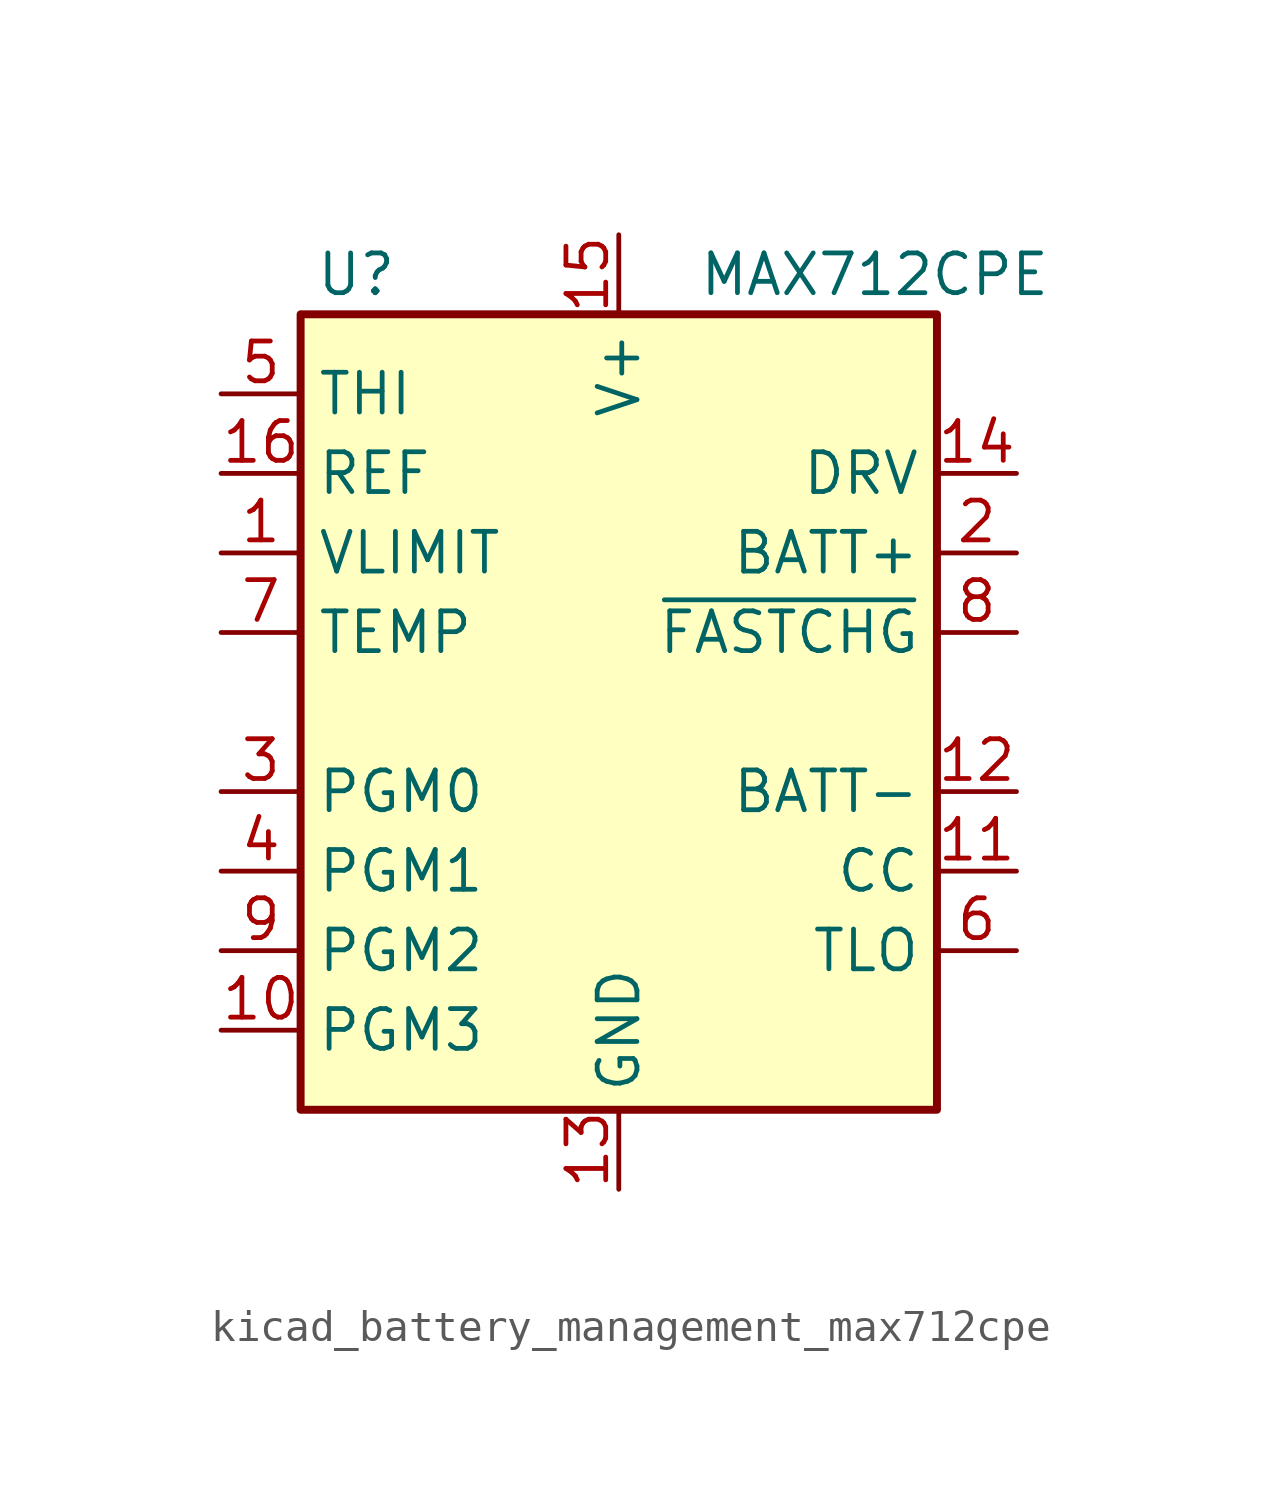
<source format=kicad_sym>
(kicad_symbol_lib
  (version 20220914)
  (generator kicad_symbol_editor)
  (symbol "kicad_battery_management_max712cpe"
    (property "Reference" "U"
      (at -8.382 13.97 0)
      (effects (font (size 1.27 1.27))))
    (property "Value" "MAX712CPE"
      (at 2.54 13.97 0)
      (effects (font (size 1.27 1.27)) (justify left)))
    (symbol "kicad_battery_management_max712cpe_0_1"
      (rectangle (start -10.16 12.7) (end 10.16 -12.7) (stroke (width 0.254) (type default)) (fill (type background))))
    (symbol "kicad_battery_management_max712cpe_1_1"
      (pin input line (at -12.7 5.08 0) (length 2.54) (name "VLIMIT" (effects (font (size 1.27 1.27)))) (number "1" (effects (font (size 1.27 1.27)))))
      (pin input line (at -12.7 -10.16 0) (length 2.54) (name "PGM3" (effects (font (size 1.27 1.27)))) (number "10" (effects (font (size 1.27 1.27)))))
      (pin input line (at 12.7 -5.08 180) (length 2.54) (name "CC" (effects (font (size 1.27 1.27)))) (number "11" (effects (font (size 1.27 1.27)))))
      (pin input line (at 12.7 -2.54 180) (length 2.54) (name "BATT-" (effects (font (size 1.27 1.27)))) (number "12" (effects (font (size 1.27 1.27)))))
      (pin power_in line (at 0 -15.24 90) (length 2.54) (name "GND" (effects (font (size 1.27 1.27)))) (number "13" (effects (font (size 1.27 1.27)))))
      (pin output line (at 12.7 7.62 180) (length 2.54) (name "DRV" (effects (font (size 1.27 1.27)))) (number "14" (effects (font (size 1.27 1.27)))))
      (pin power_in line (at 0 15.24 270) (length 2.54) (name "V+" (effects (font (size 1.27 1.27)))) (number "15" (effects (font (size 1.27 1.27)))))
      (pin power_in line (at -12.7 7.62 0) (length 2.54) (name "REF" (effects (font (size 1.27 1.27)))) (number "16" (effects (font (size 1.27 1.27)))))
      (pin input line (at 12.7 5.08 180) (length 2.54) (name "BATT+" (effects (font (size 1.27 1.27)))) (number "2" (effects (font (size 1.27 1.27)))))
      (pin input line (at -12.7 -2.54 0) (length 2.54) (name "PGM0" (effects (font (size 1.27 1.27)))) (number "3" (effects (font (size 1.27 1.27)))))
      (pin input line (at -12.7 -5.08 0) (length 2.54) (name "PGM1" (effects (font (size 1.27 1.27)))) (number "4" (effects (font (size 1.27 1.27)))))
      (pin input line (at -12.7 10.16 0) (length 2.54) (name "THI" (effects (font (size 1.27 1.27)))) (number "5" (effects (font (size 1.27 1.27)))))
      (pin input line (at 12.7 -7.62 180) (length 2.54) (name "TLO" (effects (font (size 1.27 1.27)))) (number "6" (effects (font (size 1.27 1.27)))))
      (pin input line (at -12.7 2.54 0) (length 2.54) (name "TEMP" (effects (font (size 1.27 1.27)))) (number "7" (effects (font (size 1.27 1.27)))))
      (pin open_collector line (at 12.7 2.54 180) (length 2.54) (name "~{FASTCHG}" (effects (font (size 1.27 1.27)))) (number "8" (effects (font (size 1.27 1.27)))))
      (pin input line (at -12.7 -7.62 0) (length 2.54) (name "PGM2" (effects (font (size 1.27 1.27)))) (number "9" (effects (font (size 1.27 1.27))))))))
</source>
